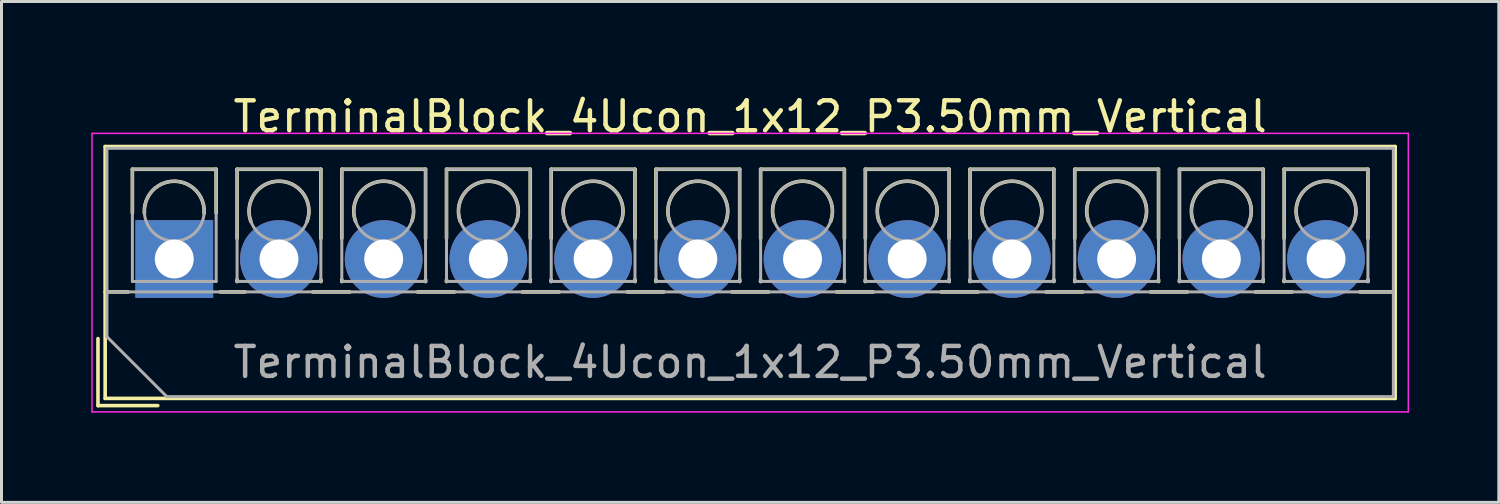
<source format=kicad_pcb>
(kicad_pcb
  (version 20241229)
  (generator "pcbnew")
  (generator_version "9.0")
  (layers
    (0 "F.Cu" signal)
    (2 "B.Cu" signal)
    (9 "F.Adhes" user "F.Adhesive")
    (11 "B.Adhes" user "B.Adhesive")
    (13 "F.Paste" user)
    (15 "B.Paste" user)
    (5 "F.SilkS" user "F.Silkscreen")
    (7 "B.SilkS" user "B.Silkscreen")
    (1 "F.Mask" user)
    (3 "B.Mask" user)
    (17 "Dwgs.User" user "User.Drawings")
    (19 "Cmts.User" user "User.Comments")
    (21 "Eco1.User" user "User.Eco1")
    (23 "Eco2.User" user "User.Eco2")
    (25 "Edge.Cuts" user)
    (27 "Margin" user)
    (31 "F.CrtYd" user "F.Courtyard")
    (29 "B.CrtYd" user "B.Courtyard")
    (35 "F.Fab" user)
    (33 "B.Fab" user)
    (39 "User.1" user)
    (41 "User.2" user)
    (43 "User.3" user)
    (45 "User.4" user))
  (footprint "TerminalBlock_4Ucon_1x12_P3.50mm_Vertical"
    (layer "F.Cu")
    (at 2.775 5.608)
    (property "Reference" "TerminalBlock_4Ucon_1x12_P3.50mm_Vertical" (at 19.25 -4.76 0) (layer "F.SilkS") (effects (font (size 1 1) (thickness 0.15))))
    (attr through_hole)
    (fp_line (start -2.55 2.66) (end -2.55 4.9) (stroke (width 0.12) (type solid)) (layer "F.SilkS"))
    (fp_line (start -2.55 4.9) (end -0.55 4.9) (stroke (width 0.12) (type solid)) (layer "F.SilkS"))
    (fp_line (start -2.31 -3.76) (end -2.31 4.66) (stroke (width 0.12) (type solid)) (layer "F.SilkS"))
    (fp_line (start -2.31 -3.76) (end 40.81 -3.76) (stroke (width 0.12) (type solid)) (layer "F.SilkS"))
    (fp_line (start -2.31 1.101) (end -1.54 1.101) (stroke (width 0.12) (type solid)) (layer "F.SilkS"))
    (fp_line (start -2.31 4.66) (end 40.81 4.66) (stroke (width 0.12) (type solid)) (layer "F.SilkS"))
    (fp_line (start -1.4 -3) (end -1.4 -1.54) (stroke (width 0.12) (type solid)) (layer "F.SilkS"))
    (fp_line (start -1.4 -3) (end 1.4 -3) (stroke (width 0.12) (type solid)) (layer "F.SilkS"))
    (fp_line (start 1.4 -3) (end 1.4 -1.54) (stroke (width 0.12) (type solid)) (layer "F.SilkS"))
    (fp_line (start 1.54 1.101) (end 2.367 1.101) (stroke (width 0.12) (type solid)) (layer "F.SilkS"))
    (fp_line (start 2.1 -3) (end 2.1 -0.689) (stroke (width 0.12) (type solid)) (layer "F.SilkS"))
    (fp_line (start 2.1 -3) (end 4.9 -3) (stroke (width 0.12) (type solid)) (layer "F.SilkS"))
    (fp_line (start 2.1 0.689) (end 2.1 0.75) (stroke (width 0.12) (type solid)) (layer "F.SilkS"))
    (fp_line (start 2.1 0.75) (end 2.101 0.75) (stroke (width 0.12) (type solid)) (layer "F.SilkS"))
    (fp_line (start 4.634 1.101) (end 5.867 1.101) (stroke (width 0.12) (type solid)) (layer "F.SilkS"))
    (fp_line (start 4.9 -3) (end 4.9 -0.689) (stroke (width 0.12) (type solid)) (layer "F.SilkS"))
    (fp_line (start 4.9 0.689) (end 4.9 0.75) (stroke (width 0.12) (type solid)) (layer "F.SilkS"))
    (fp_line (start 4.9 0.75) (end 4.9 0.75) (stroke (width 0.12) (type solid)) (layer "F.SilkS"))
    (fp_line (start 5.6 -3) (end 5.6 -0.689) (stroke (width 0.12) (type solid)) (layer "F.SilkS"))
    (fp_line (start 5.6 -3) (end 8.4 -3) (stroke (width 0.12) (type solid)) (layer "F.SilkS"))
    (fp_line (start 5.6 0.689) (end 5.6 0.75) (stroke (width 0.12) (type solid)) (layer "F.SilkS"))
    (fp_line (start 5.6 0.75) (end 5.601 0.75) (stroke (width 0.12) (type solid)) (layer "F.SilkS"))
    (fp_line (start 8.134 1.101) (end 9.367 1.101) (stroke (width 0.12) (type solid)) (layer "F.SilkS"))
    (fp_line (start 8.4 -3) (end 8.4 -0.689) (stroke (width 0.12) (type solid)) (layer "F.SilkS"))
    (fp_line (start 8.4 0.689) (end 8.4 0.75) (stroke (width 0.12) (type solid)) (layer "F.SilkS"))
    (fp_line (start 8.4 0.75) (end 8.4 0.75) (stroke (width 0.12) (type solid)) (layer "F.SilkS"))
    (fp_line (start 9.1 -3) (end 9.1 -0.689) (stroke (width 0.12) (type solid)) (layer "F.SilkS"))
    (fp_line (start 9.1 -3) (end 11.9 -3) (stroke (width 0.12) (type solid)) (layer "F.SilkS"))
    (fp_line (start 9.1 0.689) (end 9.1 0.75) (stroke (width 0.12) (type solid)) (layer "F.SilkS"))
    (fp_line (start 9.1 0.75) (end 9.101 0.75) (stroke (width 0.12) (type solid)) (layer "F.SilkS"))
    (fp_line (start 11.634 1.101) (end 12.867 1.101) (stroke (width 0.12) (type solid)) (layer "F.SilkS"))
    (fp_line (start 11.9 -3) (end 11.9 -0.689) (stroke (width 0.12) (type solid)) (layer "F.SilkS"))
    (fp_line (start 11.9 0.689) (end 11.9 0.75) (stroke (width 0.12) (type solid)) (layer "F.SilkS"))
    (fp_line (start 11.9 0.75) (end 11.9 0.75) (stroke (width 0.12) (type solid)) (layer "F.SilkS"))
    (fp_line (start 12.6 -3) (end 12.6 -0.689) (stroke (width 0.12) (type solid)) (layer "F.SilkS"))
    (fp_line (start 12.6 -3) (end 15.4 -3) (stroke (width 0.12) (type solid)) (layer "F.SilkS"))
    (fp_line (start 12.6 0.689) (end 12.6 0.75) (stroke (width 0.12) (type solid)) (layer "F.SilkS"))
    (fp_line (start 12.6 0.75) (end 12.601 0.75) (stroke (width 0.12) (type solid)) (layer "F.SilkS"))
    (fp_line (start 15.134 1.101) (end 16.367 1.101) (stroke (width 0.12) (type solid)) (layer "F.SilkS"))
    (fp_line (start 15.4 -3) (end 15.4 -0.689) (stroke (width 0.12) (type solid)) (layer "F.SilkS"))
    (fp_line (start 15.4 0.689) (end 15.4 0.75) (stroke (width 0.12) (type solid)) (layer "F.SilkS"))
    (fp_line (start 15.4 0.75) (end 15.4 0.75) (stroke (width 0.12) (type solid)) (layer "F.SilkS"))
    (fp_line (start 16.101 -3) (end 16.101 -0.689) (stroke (width 0.12) (type solid)) (layer "F.SilkS"))
    (fp_line (start 16.101 -3) (end 18.9 -3) (stroke (width 0.12) (type solid)) (layer "F.SilkS"))
    (fp_line (start 16.101 0.689) (end 16.101 0.75) (stroke (width 0.12) (type solid)) (layer "F.SilkS"))
    (fp_line (start 16.101 0.75) (end 16.101 0.75) (stroke (width 0.12) (type solid)) (layer "F.SilkS"))
    (fp_line (start 18.634 1.101) (end 19.867 1.101) (stroke (width 0.12) (type solid)) (layer "F.SilkS"))
    (fp_line (start 18.9 -3) (end 18.9 -0.689) (stroke (width 0.12) (type solid)) (layer "F.SilkS"))
    (fp_line (start 18.9 0.689) (end 18.9 0.75) (stroke (width 0.12) (type solid)) (layer "F.SilkS"))
    (fp_line (start 18.9 0.75) (end 18.9 0.75) (stroke (width 0.12) (type solid)) (layer "F.SilkS"))
    (fp_line (start 19.6 -3) (end 19.6 -0.689) (stroke (width 0.12) (type solid)) (layer "F.SilkS"))
    (fp_line (start 19.6 -3) (end 22.4 -3) (stroke (width 0.12) (type solid)) (layer "F.SilkS"))
    (fp_line (start 19.6 0.689) (end 19.6 0.75) (stroke (width 0.12) (type solid)) (layer "F.SilkS"))
    (fp_line (start 19.6 0.75) (end 19.601 0.75) (stroke (width 0.12) (type solid)) (layer "F.SilkS"))
    (fp_line (start 22.134 1.101) (end 23.367 1.101) (stroke (width 0.12) (type solid)) (layer "F.SilkS"))
    (fp_line (start 22.4 -3) (end 22.4 -0.689) (stroke (width 0.12) (type solid)) (layer "F.SilkS"))
    (fp_line (start 22.4 0.689) (end 22.4 0.75) (stroke (width 0.12) (type solid)) (layer "F.SilkS"))
    (fp_line (start 22.4 0.75) (end 22.4 0.75) (stroke (width 0.12) (type solid)) (layer "F.SilkS"))
    (fp_line (start 23.1 -3) (end 23.1 -0.689) (stroke (width 0.12) (type solid)) (layer "F.SilkS"))
    (fp_line (start 23.1 -3) (end 25.9 -3) (stroke (width 0.12) (type solid)) (layer "F.SilkS"))
    (fp_line (start 23.1 0.689) (end 23.1 0.75) (stroke (width 0.12) (type solid)) (layer "F.SilkS"))
    (fp_line (start 23.1 0.75) (end 23.101 0.75) (stroke (width 0.12) (type solid)) (layer "F.SilkS"))
    (fp_line (start 25.634 1.101) (end 26.867 1.101) (stroke (width 0.12) (type solid)) (layer "F.SilkS"))
    (fp_line (start 25.9 -3) (end 25.9 -0.689) (stroke (width 0.12) (type solid)) (layer "F.SilkS"))
    (fp_line (start 25.9 0.689) (end 25.9 0.75) (stroke (width 0.12) (type solid)) (layer "F.SilkS"))
    (fp_line (start 25.9 0.75) (end 25.9 0.75) (stroke (width 0.12) (type solid)) (layer "F.SilkS"))
    (fp_line (start 26.6 -3) (end 26.6 -0.689) (stroke (width 0.12) (type solid)) (layer "F.SilkS"))
    (fp_line (start 26.6 -3) (end 29.4 -3) (stroke (width 0.12) (type solid)) (layer "F.SilkS"))
    (fp_line (start 26.6 0.689) (end 26.6 0.75) (stroke (width 0.12) (type solid)) (layer "F.SilkS"))
    (fp_line (start 26.6 0.75) (end 26.601 0.75) (stroke (width 0.12) (type solid)) (layer "F.SilkS"))
    (fp_line (start 29.134 1.101) (end 30.367 1.101) (stroke (width 0.12) (type solid)) (layer "F.SilkS"))
    (fp_line (start 29.4 -3) (end 29.4 -0.689) (stroke (width 0.12) (type solid)) (layer "F.SilkS"))
    (fp_line (start 29.4 0.689) (end 29.4 0.75) (stroke (width 0.12) (type solid)) (layer "F.SilkS"))
    (fp_line (start 29.4 0.75) (end 29.4 0.75) (stroke (width 0.12) (type solid)) (layer "F.SilkS"))
    (fp_line (start 30.1 -3) (end 30.1 -0.689) (stroke (width 0.12) (type solid)) (layer "F.SilkS"))
    (fp_line (start 30.1 -3) (end 32.9 -3) (stroke (width 0.12) (type solid)) (layer "F.SilkS"))
    (fp_line (start 30.1 0.689) (end 30.1 0.75) (stroke (width 0.12) (type solid)) (layer "F.SilkS"))
    (fp_line (start 30.1 0.75) (end 30.101 0.75) (stroke (width 0.12) (type solid)) (layer "F.SilkS"))
    (fp_line (start 32.634 1.101) (end 33.867 1.101) (stroke (width 0.12) (type solid)) (layer "F.SilkS"))
    (fp_line (start 32.9 -3) (end 32.9 -0.689) (stroke (width 0.12) (type solid)) (layer "F.SilkS"))
    (fp_line (start 32.9 0.689) (end 32.9 0.75) (stroke (width 0.12) (type solid)) (layer "F.SilkS"))
    (fp_line (start 32.9 0.75) (end 32.9 0.75) (stroke (width 0.12) (type solid)) (layer "F.SilkS"))
    (fp_line (start 33.6 -3) (end 33.6 -0.689) (stroke (width 0.12) (type solid)) (layer "F.SilkS"))
    (fp_line (start 33.6 -3) (end 36.4 -3) (stroke (width 0.12) (type solid)) (layer "F.SilkS"))
    (fp_line (start 33.6 0.689) (end 33.6 0.75) (stroke (width 0.12) (type solid)) (layer "F.SilkS"))
    (fp_line (start 33.6 0.75) (end 33.601 0.75) (stroke (width 0.12) (type solid)) (layer "F.SilkS"))
    (fp_line (start 36.134 1.101) (end 37.367 1.101) (stroke (width 0.12) (type solid)) (layer "F.SilkS"))
    (fp_line (start 36.4 -3) (end 36.4 -0.689) (stroke (width 0.12) (type solid)) (layer "F.SilkS"))
    (fp_line (start 36.4 0.689) (end 36.4 0.75) (stroke (width 0.12) (type solid)) (layer "F.SilkS"))
    (fp_line (start 36.4 0.75) (end 36.4 0.75) (stroke (width 0.12) (type solid)) (layer "F.SilkS"))
    (fp_line (start 37.1 -3) (end 37.1 -0.689) (stroke (width 0.12) (type solid)) (layer "F.SilkS"))
    (fp_line (start 37.1 -3) (end 39.9 -3) (stroke (width 0.12) (type solid)) (layer "F.SilkS"))
    (fp_line (start 37.1 0.689) (end 37.1 0.75) (stroke (width 0.12) (type solid)) (layer "F.SilkS"))
    (fp_line (start 37.1 0.75) (end 37.101 0.75) (stroke (width 0.12) (type solid)) (layer "F.SilkS"))
    (fp_line (start 39.634 1.101) (end 40.81 1.101) (stroke (width 0.12) (type solid)) (layer "F.SilkS"))
    (fp_line (start 39.9 -3) (end 39.9 -0.689) (stroke (width 0.12) (type solid)) (layer "F.SilkS"))
    (fp_line (start 39.9 0.689) (end 39.9 0.75) (stroke (width 0.12) (type solid)) (layer "F.SilkS"))
    (fp_line (start 39.9 0.75) (end 39.9 0.75) (stroke (width 0.12) (type solid)) (layer "F.SilkS"))
    (fp_line (start 40.81 -3.76) (end 40.81 4.66) (stroke (width 0.12) (type solid)) (layer "F.SilkS"))
    (fp_arc (start -0.99789 -1.529434) (mid -0.000785 -2.600382) (end 0.998 -1.531) (stroke (width 0.12) (type solid)) (layer "F.SilkS"))
    (fp_arc (start 2.560085 -1.257767) (mid 3.499876 -2.600282) (end 4.44 -1.258) (stroke (width 0.12) (type solid)) (layer "F.SilkS"))
    (fp_arc (start 6.060085 -1.257767) (mid 6.999876 -2.600282) (end 7.94 -1.258) (stroke (width 0.12) (type solid)) (layer "F.SilkS"))
    (fp_arc (start 9.560085 -1.257767) (mid 10.499876 -2.600282) (end 11.44 -1.258) (stroke (width 0.12) (type solid)) (layer "F.SilkS"))
    (fp_arc (start 13.060085 -1.257767) (mid 13.999876 -2.600282) (end 14.94 -1.258) (stroke (width 0.12) (type solid)) (layer "F.SilkS"))
    (fp_arc (start 16.560085 -1.257767) (mid 17.499876 -2.600282) (end 18.44 -1.258) (stroke (width 0.12) (type solid)) (layer "F.SilkS"))
    (fp_arc (start 20.060085 -1.257767) (mid 20.999876 -2.600282) (end 21.94 -1.258) (stroke (width 0.12) (type solid)) (layer "F.SilkS"))
    (fp_arc (start 23.560085 -1.257767) (mid 24.499876 -2.600282) (end 25.44 -1.258) (stroke (width 0.12) (type solid)) (layer "F.SilkS"))
    (fp_arc (start 27.060085 -1.257767) (mid 27.999876 -2.600282) (end 28.94 -1.258) (stroke (width 0.12) (type solid)) (layer "F.SilkS"))
    (fp_arc (start 30.560085 -1.257767) (mid 31.499876 -2.600282) (end 32.44 -1.258) (stroke (width 0.12) (type solid)) (layer "F.SilkS"))
    (fp_arc (start 34.060085 -1.257767) (mid 34.999876 -2.600282) (end 35.94 -1.258) (stroke (width 0.12) (type solid)) (layer "F.SilkS"))
    (fp_arc (start 37.560085 -1.257767) (mid 38.499876 -2.600282) (end 39.44 -1.258) (stroke (width 0.12) (type solid)) (layer "F.SilkS"))
    (fp_line (start -2.75 -4.2) (end -2.75 5.11) (stroke (width 0.05) (type solid)) (layer "F.CrtYd"))
    (fp_line (start -2.75 5.11) (end 41.25 5.11) (stroke (width 0.05) (type solid)) (layer "F.CrtYd"))
    (fp_line (start 41.25 -4.2) (end -2.75 -4.2) (stroke (width 0.05) (type solid)) (layer "F.CrtYd"))
    (fp_line (start 41.25 5.11) (end 41.25 -4.2) (stroke (width 0.05) (type solid)) (layer "F.CrtYd"))
    (fp_line (start -2.25 -3.7) (end 40.75 -3.7) (stroke (width 0.1) (type solid)) (layer "F.Fab"))
    (fp_line (start -2.25 1.1) (end 40.75 1.1) (stroke (width 0.1) (type solid)) (layer "F.Fab"))
    (fp_line (start -2.25 2.6) (end -2.25 -3.7) (stroke (width 0.1) (type solid)) (layer "F.Fab"))
    (fp_line (start -1.4 -3) (end -1.4 0.75) (stroke (width 0.1) (type solid)) (layer "F.Fab"))
    (fp_line (start -1.4 0.75) (end 1.4 0.75) (stroke (width 0.1) (type solid)) (layer "F.Fab"))
    (fp_line (start -0.25 4.6) (end -2.25 2.6) (stroke (width 0.1) (type solid)) (layer "F.Fab"))
    (fp_line (start 1.4 -3) (end -1.4 -3) (stroke (width 0.1) (type solid)) (layer "F.Fab"))
    (fp_line (start 1.4 0.75) (end 1.4 -3) (stroke (width 0.1) (type solid)) (layer "F.Fab"))
    (fp_line (start 2.1 -3) (end 2.1 0.75) (stroke (width 0.1) (type solid)) (layer "F.Fab"))
    (fp_line (start 2.1 0.75) (end 4.9 0.75) (stroke (width 0.1) (type solid)) (layer "F.Fab"))
    (fp_line (start 4.9 -3) (end 2.1 -3) (stroke (width 0.1) (type solid)) (layer "F.Fab"))
    (fp_line (start 4.9 0.75) (end 4.9 -3) (stroke (width 0.1) (type solid)) (layer "F.Fab"))
    (fp_line (start 5.6 -3) (end 5.6 0.75) (stroke (width 0.1) (type solid)) (layer "F.Fab"))
    (fp_line (start 5.6 0.75) (end 8.4 0.75) (stroke (width 0.1) (type solid)) (layer "F.Fab"))
    (fp_line (start 8.4 -3) (end 5.6 -3) (stroke (width 0.1) (type solid)) (layer "F.Fab"))
    (fp_line (start 8.4 0.75) (end 8.4 -3) (stroke (width 0.1) (type solid)) (layer "F.Fab"))
    (fp_line (start 9.1 -3) (end 9.1 0.75) (stroke (width 0.1) (type solid)) (layer "F.Fab"))
    (fp_line (start 9.1 0.75) (end 11.9 0.75) (stroke (width 0.1) (type solid)) (layer "F.Fab"))
    (fp_line (start 11.9 -3) (end 9.1 -3) (stroke (width 0.1) (type solid)) (layer "F.Fab"))
    (fp_line (start 11.9 0.75) (end 11.9 -3) (stroke (width 0.1) (type solid)) (layer "F.Fab"))
    (fp_line (start 12.6 -3) (end 12.6 0.75) (stroke (width 0.1) (type solid)) (layer "F.Fab"))
    (fp_line (start 12.6 0.75) (end 15.4 0.75) (stroke (width 0.1) (type solid)) (layer "F.Fab"))
    (fp_line (start 15.4 -3) (end 12.6 -3) (stroke (width 0.1) (type solid)) (layer "F.Fab"))
    (fp_line (start 15.4 0.75) (end 15.4 -3) (stroke (width 0.1) (type solid)) (layer "F.Fab"))
    (fp_line (start 16.101 -3) (end 16.101 0.75) (stroke (width 0.1) (type solid)) (layer "F.Fab"))
    (fp_line (start 16.101 0.75) (end 18.9 0.75) (stroke (width 0.1) (type solid)) (layer "F.Fab"))
    (fp_line (start 18.9 -3) (end 16.101 -3) (stroke (width 0.1) (type solid)) (layer "F.Fab"))
    (fp_line (start 18.9 0.75) (end 18.9 -3) (stroke (width 0.1) (type solid)) (layer "F.Fab"))
    (fp_line (start 19.6 -3) (end 19.6 0.75) (stroke (width 0.1) (type solid)) (layer "F.Fab"))
    (fp_line (start 19.6 0.75) (end 22.4 0.75) (stroke (width 0.1) (type solid)) (layer "F.Fab"))
    (fp_line (start 22.4 -3) (end 19.6 -3) (stroke (width 0.1) (type solid)) (layer "F.Fab"))
    (fp_line (start 22.4 0.75) (end 22.4 -3) (stroke (width 0.1) (type solid)) (layer "F.Fab"))
    (fp_line (start 23.1 -3) (end 23.1 0.75) (stroke (width 0.1) (type solid)) (layer "F.Fab"))
    (fp_line (start 23.1 0.75) (end 25.9 0.75) (stroke (width 0.1) (type solid)) (layer "F.Fab"))
    (fp_line (start 25.9 -3) (end 23.1 -3) (stroke (width 0.1) (type solid)) (layer "F.Fab"))
    (fp_line (start 25.9 0.75) (end 25.9 -3) (stroke (width 0.1) (type solid)) (layer "F.Fab"))
    (fp_line (start 26.6 -3) (end 26.6 0.75) (stroke (width 0.1) (type solid)) (layer "F.Fab"))
    (fp_line (start 26.6 0.75) (end 29.4 0.75) (stroke (width 0.1) (type solid)) (layer "F.Fab"))
    (fp_line (start 29.4 -3) (end 26.6 -3) (stroke (width 0.1) (type solid)) (layer "F.Fab"))
    (fp_line (start 29.4 0.75) (end 29.4 -3) (stroke (width 0.1) (type solid)) (layer "F.Fab"))
    (fp_line (start 30.1 -3) (end 30.1 0.75) (stroke (width 0.1) (type solid)) (layer "F.Fab"))
    (fp_line (start 30.1 0.75) (end 32.9 0.75) (stroke (width 0.1) (type solid)) (layer "F.Fab"))
    (fp_line (start 32.9 -3) (end 30.1 -3) (stroke (width 0.1) (type solid)) (layer "F.Fab"))
    (fp_line (start 32.9 0.75) (end 32.9 -3) (stroke (width 0.1) (type solid)) (layer "F.Fab"))
    (fp_line (start 33.6 -3) (end 33.6 0.75) (stroke (width 0.1) (type solid)) (layer "F.Fab"))
    (fp_line (start 33.6 0.75) (end 36.4 0.75) (stroke (width 0.1) (type solid)) (layer "F.Fab"))
    (fp_line (start 36.4 -3) (end 33.6 -3) (stroke (width 0.1) (type solid)) (layer "F.Fab"))
    (fp_line (start 36.4 0.75) (end 36.4 -3) (stroke (width 0.1) (type solid)) (layer "F.Fab"))
    (fp_line (start 37.1 -3) (end 37.1 0.75) (stroke (width 0.1) (type solid)) (layer "F.Fab"))
    (fp_line (start 37.1 0.75) (end 39.9 0.75) (stroke (width 0.1) (type solid)) (layer "F.Fab"))
    (fp_line (start 39.9 -3) (end 37.1 -3) (stroke (width 0.1) (type solid)) (layer "F.Fab"))
    (fp_line (start 39.9 0.75) (end 39.9 -3) (stroke (width 0.1) (type solid)) (layer "F.Fab"))
    (fp_line (start 40.75 -3.7) (end 40.75 4.6) (stroke (width 0.1) (type solid)) (layer "F.Fab"))
    (fp_line (start 40.75 4.6) (end -0.25 4.6) (stroke (width 0.1) (type solid)) (layer "F.Fab"))
    (fp_circle (center 0 -1.6) (end 1 -1.6) (stroke (width 0.1) (type solid)) (fill no) (layer "F.Fab"))
    (fp_circle (center 3.5 -1.6) (end 4.5 -1.6) (stroke (width 0.1) (type solid)) (fill no) (layer "F.Fab"))
    (fp_circle (center 7 -1.6) (end 8 -1.6) (stroke (width 0.1) (type solid)) (fill no) (layer "F.Fab"))
    (fp_circle (center 10.5 -1.6) (end 11.5 -1.6) (stroke (width 0.1) (type solid)) (fill no) (layer "F.Fab"))
    (fp_circle (center 14 -1.6) (end 15 -1.6) (stroke (width 0.1) (type solid)) (fill no) (layer "F.Fab"))
    (fp_circle (center 17.5 -1.6) (end 18.5 -1.6) (stroke (width 0.1) (type solid)) (fill no) (layer "F.Fab"))
    (fp_circle (center 21 -1.6) (end 22 -1.6) (stroke (width 0.1) (type solid)) (fill no) (layer "F.Fab"))
    (fp_circle (center 24.5 -1.6) (end 25.5 -1.6) (stroke (width 0.1) (type solid)) (fill no) (layer "F.Fab"))
    (fp_circle (center 28 -1.6) (end 29 -1.6) (stroke (width 0.1) (type solid)) (fill no) (layer "F.Fab"))
    (fp_circle (center 31.5 -1.6) (end 32.5 -1.6) (stroke (width 0.1) (type solid)) (fill no) (layer "F.Fab"))
    (fp_circle (center 35 -1.6) (end 36 -1.6) (stroke (width 0.1) (type solid)) (fill no) (layer "F.Fab"))
    (fp_circle (center 38.5 -1.6) (end 39.5 -1.6) (stroke (width 0.1) (type solid)) (fill no) (layer "F.Fab"))
    (fp_text user "${REFERENCE}" (at 19.25 3.45 0) (layer "F.Fab") (effects (font (size 1 1) (thickness 0.15))))
    (pad "1" thru_hole rect (at 0 0) (size 2.6 2.6) (drill 1.3) (layers "*.Cu" "*.Mask"))
    (pad "2" thru_hole circle (at 3.5 0) (size 2.6 2.6) (drill 1.3) (layers "*.Cu" "*.Mask"))
    (pad "3" thru_hole circle (at 7 0) (size 2.6 2.6) (drill 1.3) (layers "*.Cu" "*.Mask"))
    (pad "4" thru_hole circle (at 10.5 0) (size 2.6 2.6) (drill 1.3) (layers "*.Cu" "*.Mask"))
    (pad "5" thru_hole circle (at 14 0) (size 2.6 2.6) (drill 1.3) (layers "*.Cu" "*.Mask"))
    (pad "6" thru_hole circle (at 17.5 0) (size 2.6 2.6) (drill 1.3) (layers "*.Cu" "*.Mask"))
    (pad "7" thru_hole circle (at 21 0) (size 2.6 2.6) (drill 1.3) (layers "*.Cu" "*.Mask"))
    (pad "8" thru_hole circle (at 24.5 0) (size 2.6 2.6) (drill 1.3) (layers "*.Cu" "*.Mask"))
    (pad "9" thru_hole circle (at 28 0) (size 2.6 2.6) (drill 1.3) (layers "*.Cu" "*.Mask"))
    (pad "10" thru_hole circle (at 31.5 0) (size 2.6 2.6) (drill 1.3) (layers "*.Cu" "*.Mask"))
    (pad "11" thru_hole circle (at 35 0) (size 2.6 2.6) (drill 1.3) (layers "*.Cu" "*.Mask"))
    (pad "12" thru_hole circle (at 38.5 0) (size 2.6 2.6) (drill 1.3) (layers "*.Cu" "*.Mask")))
  (gr_rect
    (start -3 -3)
    (end 47.05 13.743)
    (stroke (width 0.1) (type default))
    (fill no)
    (layer "Edge.Cuts")))
</source>
